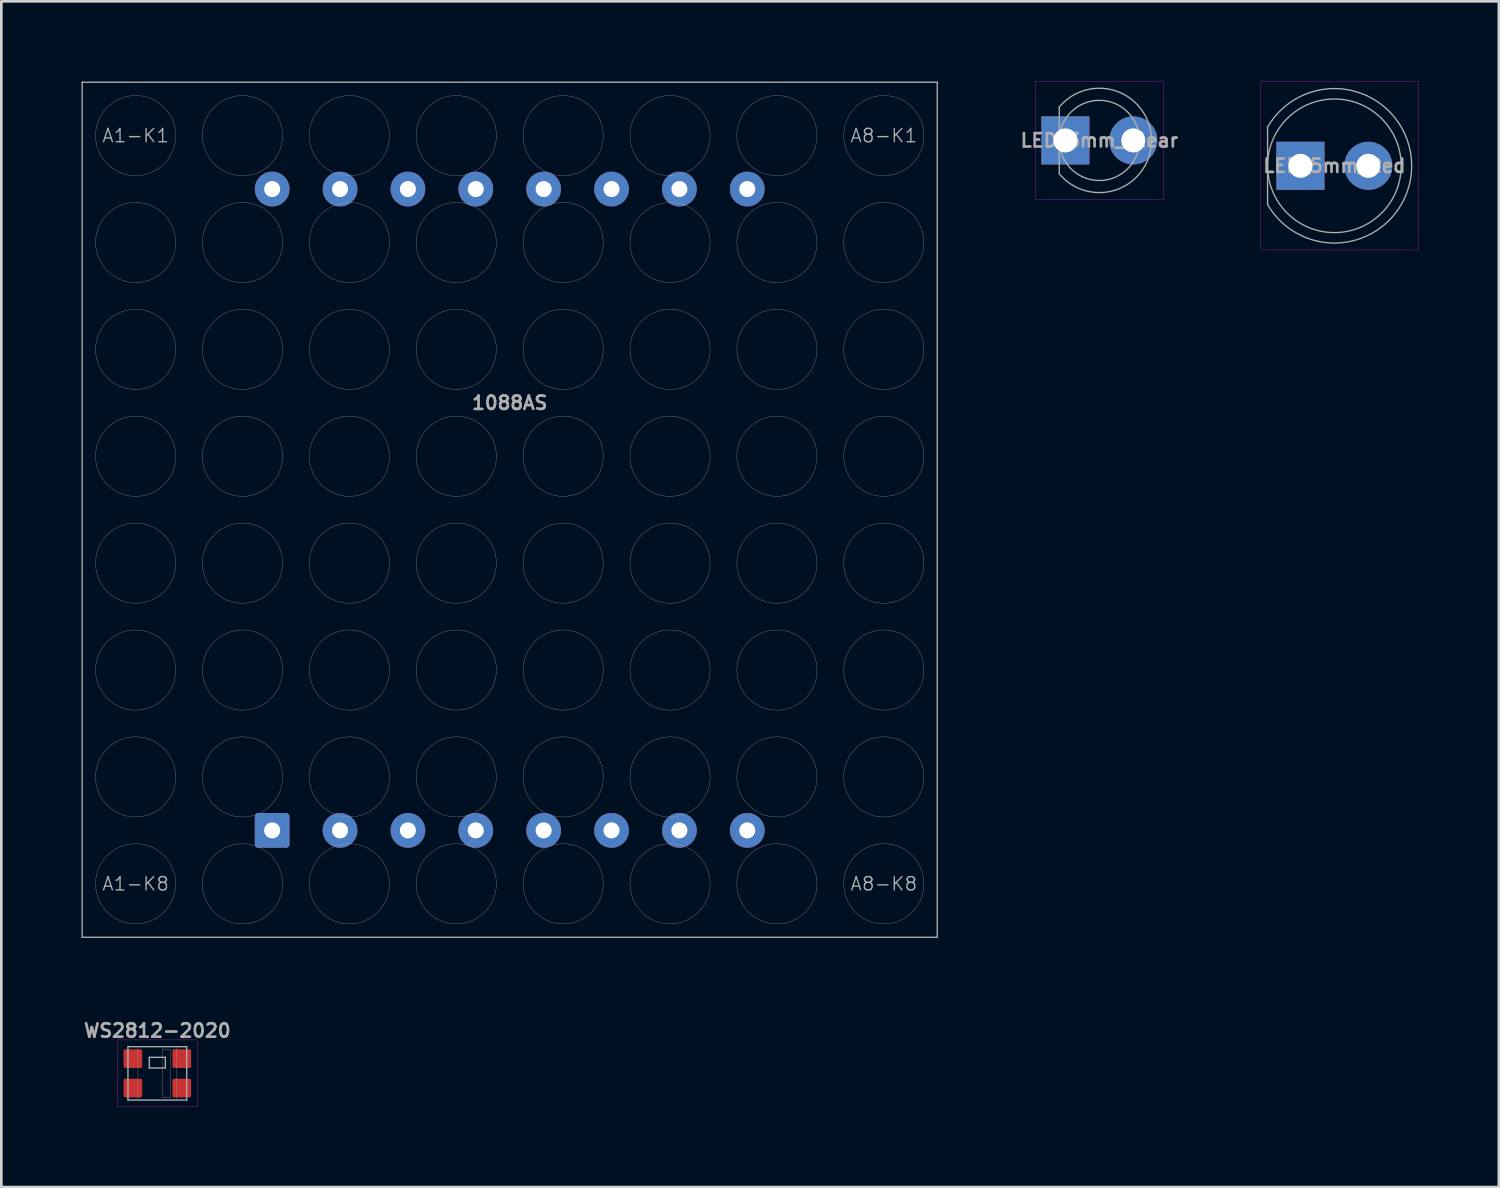
<source format=kicad_pcb>
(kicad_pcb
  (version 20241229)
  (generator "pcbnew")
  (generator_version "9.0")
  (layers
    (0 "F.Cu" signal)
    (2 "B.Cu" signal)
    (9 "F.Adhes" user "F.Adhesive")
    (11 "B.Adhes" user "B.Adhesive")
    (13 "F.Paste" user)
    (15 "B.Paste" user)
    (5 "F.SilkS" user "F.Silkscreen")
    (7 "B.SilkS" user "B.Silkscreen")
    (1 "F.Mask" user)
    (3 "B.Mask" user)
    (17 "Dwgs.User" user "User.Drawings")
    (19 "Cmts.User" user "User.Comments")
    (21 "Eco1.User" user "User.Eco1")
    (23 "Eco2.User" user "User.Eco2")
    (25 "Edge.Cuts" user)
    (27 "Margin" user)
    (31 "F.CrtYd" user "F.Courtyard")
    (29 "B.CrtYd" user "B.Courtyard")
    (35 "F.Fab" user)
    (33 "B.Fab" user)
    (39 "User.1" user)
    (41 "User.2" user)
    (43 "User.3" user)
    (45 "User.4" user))
  (footprint "WS2812-2020"
    (layer "F.Cu")
    (at 2.838 37.118)
    (property "Reference" "WS2812-2020" (at 0 -1.6 0) (layer "F.Fab") (effects (font (size 0.5 0.5) (thickness 0.1))))
    (attr smd)
    (fp_line (start -1.5 -1.25) (end -1.5 1.25) (stroke (width 0.01) (type solid)) (layer "F.CrtYd"))
    (fp_line (start -1.5 1.25) (end 1.5 1.25) (stroke (width 0.01) (type solid)) (layer "F.CrtYd"))
    (fp_line (start 1.5 -1.25) (end -1.5 -1.25) (stroke (width 0.01) (type solid)) (layer "F.CrtYd"))
    (fp_line (start 1.5 1.25) (end 1.5 -1.25) (stroke (width 0.01) (type solid)) (layer "F.CrtYd"))
    (fp_line (start -1.1 -1) (end -1.1 1) (stroke (width 0.05) (type solid)) (layer "F.Fab"))
    (fp_line (start -1.1 1) (end 1.1 1) (stroke (width 0.05) (type solid)) (layer "F.Fab"))
    (fp_line (start -0.725 -1) (end -0.725 1) (stroke (width 0.01) (type solid)) (layer "F.Fab"))
    (fp_line (start -0.3 -0.6) (end -0.3 -0.2) (stroke (width 0.05) (type solid)) (layer "F.Fab"))
    (fp_line (start -0.3 -0.2) (end 0.3 -0.2) (stroke (width 0.05) (type solid)) (layer "F.Fab"))
    (fp_line (start 0.2 -0.9) (end 0.5 -0.9) (stroke (width 0.01) (type solid)) (layer "F.Fab"))
    (fp_line (start 0.2 0.9) (end 0.2 -0.9) (stroke (width 0.01) (type solid)) (layer "F.Fab"))
    (fp_line (start 0.3 -0.6) (end -0.3 -0.6) (stroke (width 0.05) (type solid)) (layer "F.Fab"))
    (fp_line (start 0.3 -0.2) (end 0.3 -0.6) (stroke (width 0.05) (type solid)) (layer "F.Fab"))
    (fp_line (start 0.5 -0.9) (end 0.5 0.9) (stroke (width 0.01) (type solid)) (layer "F.Fab"))
    (fp_line (start 0.5 0.9) (end 0.2 0.9) (stroke (width 0.01) (type solid)) (layer "F.Fab"))
    (fp_line (start 0.725 -1) (end 0.725 1) (stroke (width 0.01) (type solid)) (layer "F.Fab"))
    (fp_line (start 1.1 -1) (end -1.1 -1) (stroke (width 0.05) (type solid)) (layer "F.Fab"))
    (fp_line (start 1.1 1) (end 1.1 -1) (stroke (width 0.05) (type solid)) (layer "F.Fab"))
    (pad "1" smd roundrect (at 0.915 0.55) (size 0.7 0.7) (layers "F.Cu" "F.Mask" "F.Paste") (roundrect_rratio 0.1))
    (pad "2" smd roundrect (at 0.915 -0.55) (size 0.7 0.7) (layers "F.Cu" "F.Mask" "F.Paste") (roundrect_rratio 0.1))
    (pad "3" smd roundrect (at -0.915 -0.55) (size 0.7 0.7) (layers "F.Cu" "F.Mask" "F.Paste") (roundrect_rratio 0.1))
    (pad "4" smd roundrect (at -0.915 0.55) (size 0.7 0.7) (layers "F.Cu" "F.Mask" "F.Paste") (roundrect_rratio 0.1)))
  (footprint "LED_3mm_Clear"
    (layer "F.Cu")
    (at 38.09 2.205)
    (property "Reference" "LED_3mm_Clear" (at 0.000297 0 0) (layer "F.Fab") (effects (font (size 0.5 0.5) (thickness 0.1))))
    (attr through_hole)
    (fp_line (start -2.4 -2.2) (end -2.4 2.2) (stroke (width 0.01) (type solid)) (layer "F.CrtYd"))
    (fp_line (start -2.4 2.2) (end 2.4 2.2) (stroke (width 0.01) (type solid)) (layer "F.CrtYd"))
    (fp_line (start 2.4 -2.2) (end -2.4 -2.2) (stroke (width 0.01) (type solid)) (layer "F.CrtYd"))
    (fp_line (start 2.4 2.2) (end 2.4 -2.2) (stroke (width 0.01) (type solid)) (layer "F.CrtYd"))
    (fp_line (start -1.5 -1.25) (end -1.5 1.25) (stroke (width 0.05) (type solid)) (layer "F.Fab"))
    (fp_arc (start -1.5 -1.25) (mid 1.953088 0) (end -1.5 1.25) (stroke (width 0.05) (type solid)) (layer "F.Fab"))
    (fp_circle (center 0 0) (end 1.5 0) (stroke (width 0.05) (type solid)) (fill no) (layer "F.Fab"))
    (pad "1" thru_hole rect (at -1.27 0) (size 1.8 1.8) (drill 0.9) (layers "*.Cu" "*.Mask"))
    (pad "2" thru_hole circle (at 1.27 0) (size 1.8 1.8) (drill 0.9) (layers "*.Cu" "*.Mask")))
  (footprint "LED_5mm_Red"
    (layer "F.Cu")
    (at 46.886 3.155)
    (property "Reference" "LED_5mm_Red" (at 0.000297 0 0) (layer "F.Fab") (effects (font (size 0.5 0.5) (thickness 0.1))))
    (attr through_hole)
    (fp_line (start -2.75 -3.15) (end -2.75 3.15) (stroke (width 0.01) (type solid)) (layer "F.CrtYd"))
    (fp_line (start -2.75 3.15) (end 3.15 3.15) (stroke (width 0.01) (type solid)) (layer "F.CrtYd"))
    (fp_line (start 3.15 -3.15) (end -2.75 -3.15) (stroke (width 0.01) (type solid)) (layer "F.CrtYd"))
    (fp_line (start 3.15 3.15) (end 3.15 -3.15) (stroke (width 0.01) (type solid)) (layer "F.CrtYd"))
    (fp_line (start -2.5 -1.45) (end -2.5 1.45) (stroke (width 0.05) (type solid)) (layer "F.Fab"))
    (fp_arc (start -2.5 -1.45) (mid 2.892645 0) (end -2.5 1.45) (stroke (width 0.05) (type solid)) (layer "F.Fab"))
    (fp_circle (center 0 0) (end 2.5 0) (stroke (width 0.05) (type solid)) (fill no) (layer "F.Fab"))
    (pad "1" thru_hole rect (at -1.27 0) (size 1.8 1.8) (drill 0.9) (layers "*.Cu" "*.Mask"))
    (pad "2" thru_hole circle (at 1.27 0) (size 1.8 1.8) (drill 0.9) (layers "*.Cu" "*.Mask")))
  (footprint "1088AS"
    (layer "F.Cu")
    (at 16.025 16.025)
    (property "Reference" "1088AS" (at 0 -4 0) (layer "F.Fab") (effects (font (size 0.5 0.5) (thickness 0.1))))
    (attr through_hole)
    (fp_line (start -16 -16) (end -16 16) (stroke (width 0.05) (type solid)) (layer "F.Fab"))
    (fp_line (start -16 16) (end 16 16) (stroke (width 0.05) (type solid)) (layer "F.Fab"))
    (fp_line (start 16 -16) (end -16 -16) (stroke (width 0.05) (type solid)) (layer "F.Fab"))
    (fp_line (start 16 16) (end 16 -16) (stroke (width 0.05) (type solid)) (layer "F.Fab"))
    (fp_circle (center -14 -14) (end -12.5 -14) (stroke (width 0.01) (type solid)) (fill no) (layer "F.Fab"))
    (fp_circle (center -14 -10) (end -12.5 -10) (stroke (width 0.01) (type solid)) (fill no) (layer "F.Fab"))
    (fp_circle (center -14 -6) (end -12.5 -6) (stroke (width 0.01) (type solid)) (fill no) (layer "F.Fab"))
    (fp_circle (center -14 -2) (end -12.5 -2) (stroke (width 0.01) (type solid)) (fill no) (layer "F.Fab"))
    (fp_circle (center -14 2) (end -12.5 2) (stroke (width 0.01) (type solid)) (fill no) (layer "F.Fab"))
    (fp_circle (center -14 6) (end -12.5 6) (stroke (width 0.01) (type solid)) (fill no) (layer "F.Fab"))
    (fp_circle (center -14 10) (end -12.5 10) (stroke (width 0.01) (type solid)) (fill no) (layer "F.Fab"))
    (fp_circle (center -14 14) (end -12.5 14) (stroke (width 0.01) (type solid)) (fill no) (layer "F.Fab"))
    (fp_circle (center -10 -14) (end -8.5 -14) (stroke (width 0.01) (type solid)) (fill no) (layer "F.Fab"))
    (fp_circle (center -10 -10) (end -8.5 -10) (stroke (width 0.01) (type solid)) (fill no) (layer "F.Fab"))
    (fp_circle (center -10 -6) (end -8.5 -6) (stroke (width 0.01) (type solid)) (fill no) (layer "F.Fab"))
    (fp_circle (center -10 -2) (end -8.5 -2) (stroke (width 0.01) (type solid)) (fill no) (layer "F.Fab"))
    (fp_circle (center -10 2) (end -8.5 2) (stroke (width 0.01) (type solid)) (fill no) (layer "F.Fab"))
    (fp_circle (center -10 6) (end -8.5 6) (stroke (width 0.01) (type solid)) (fill no) (layer "F.Fab"))
    (fp_circle (center -10 10) (end -8.5 10) (stroke (width 0.01) (type solid)) (fill no) (layer "F.Fab"))
    (fp_circle (center -10 14) (end -8.5 14) (stroke (width 0.01) (type solid)) (fill no) (layer "F.Fab"))
    (fp_circle (center -6 -14) (end -4.5 -14) (stroke (width 0.01) (type solid)) (fill no) (layer "F.Fab"))
    (fp_circle (center -6 -10) (end -4.5 -10) (stroke (width 0.01) (type solid)) (fill no) (layer "F.Fab"))
    (fp_circle (center -6 -6) (end -4.5 -6) (stroke (width 0.01) (type solid)) (fill no) (layer "F.Fab"))
    (fp_circle (center -6 -2) (end -4.5 -2) (stroke (width 0.01) (type solid)) (fill no) (layer "F.Fab"))
    (fp_circle (center -6 2) (end -4.5 2) (stroke (width 0.01) (type solid)) (fill no) (layer "F.Fab"))
    (fp_circle (center -6 6) (end -4.5 6) (stroke (width 0.01) (type solid)) (fill no) (layer "F.Fab"))
    (fp_circle (center -6 10) (end -4.5 10) (stroke (width 0.01) (type solid)) (fill no) (layer "F.Fab"))
    (fp_circle (center -6 14) (end -4.5 14) (stroke (width 0.01) (type solid)) (fill no) (layer "F.Fab"))
    (fp_circle (center -2 -14) (end -0.5 -14) (stroke (width 0.01) (type solid)) (fill no) (layer "F.Fab"))
    (fp_circle (center -2 -10) (end -0.5 -10) (stroke (width 0.01) (type solid)) (fill no) (layer "F.Fab"))
    (fp_circle (center -2 -6) (end -0.5 -6) (stroke (width 0.01) (type solid)) (fill no) (layer "F.Fab"))
    (fp_circle (center -2 -2) (end -0.5 -2) (stroke (width 0.01) (type solid)) (fill no) (layer "F.Fab"))
    (fp_circle (center -2 2) (end -0.5 2) (stroke (width 0.01) (type solid)) (fill no) (layer "F.Fab"))
    (fp_circle (center -2 6) (end -0.5 6) (stroke (width 0.01) (type solid)) (fill no) (layer "F.Fab"))
    (fp_circle (center -2 10) (end -0.5 10) (stroke (width 0.01) (type solid)) (fill no) (layer "F.Fab"))
    (fp_circle (center -2 14) (end -0.5 14) (stroke (width 0.01) (type solid)) (fill no) (layer "F.Fab"))
    (fp_circle (center 2 -14) (end 3.5 -14) (stroke (width 0.01) (type solid)) (fill no) (layer "F.Fab"))
    (fp_circle (center 2 -10) (end 3.5 -10) (stroke (width 0.01) (type solid)) (fill no) (layer "F.Fab"))
    (fp_circle (center 2 -6) (end 3.5 -6) (stroke (width 0.01) (type solid)) (fill no) (layer "F.Fab"))
    (fp_circle (center 2 -2) (end 3.5 -2) (stroke (width 0.01) (type solid)) (fill no) (layer "F.Fab"))
    (fp_circle (center 2 2) (end 3.5 2) (stroke (width 0.01) (type solid)) (fill no) (layer "F.Fab"))
    (fp_circle (center 2 6) (end 3.5 6) (stroke (width 0.01) (type solid)) (fill no) (layer "F.Fab"))
    (fp_circle (center 2 10) (end 3.5 10) (stroke (width 0.01) (type solid)) (fill no) (layer "F.Fab"))
    (fp_circle (center 2 14) (end 3.5 14) (stroke (width 0.01) (type solid)) (fill no) (layer "F.Fab"))
    (fp_circle (center 6 -14) (end 7.5 -14) (stroke (width 0.01) (type solid)) (fill no) (layer "F.Fab"))
    (fp_circle (center 6 -10) (end 7.5 -10) (stroke (width 0.01) (type solid)) (fill no) (layer "F.Fab"))
    (fp_circle (center 6 -6) (end 7.5 -6) (stroke (width 0.01) (type solid)) (fill no) (layer "F.Fab"))
    (fp_circle (center 6 -2) (end 7.5 -2) (stroke (width 0.01) (type solid)) (fill no) (layer "F.Fab"))
    (fp_circle (center 6 2) (end 7.5 2) (stroke (width 0.01) (type solid)) (fill no) (layer "F.Fab"))
    (fp_circle (center 6 6) (end 7.5 6) (stroke (width 0.01) (type solid)) (fill no) (layer "F.Fab"))
    (fp_circle (center 6 10) (end 7.5 10) (stroke (width 0.01) (type solid)) (fill no) (layer "F.Fab"))
    (fp_circle (center 6 14) (end 7.5 14) (stroke (width 0.01) (type solid)) (fill no) (layer "F.Fab"))
    (fp_circle (center 10 -14) (end 11.5 -14) (stroke (width 0.01) (type solid)) (fill no) (layer "F.Fab"))
    (fp_circle (center 10 -10) (end 11.5 -10) (stroke (width 0.01) (type solid)) (fill no) (layer "F.Fab"))
    (fp_circle (center 10 -6) (end 11.5 -6) (stroke (width 0.01) (type solid)) (fill no) (layer "F.Fab"))
    (fp_circle (center 10 -2) (end 11.5 -2) (stroke (width 0.01) (type solid)) (fill no) (layer "F.Fab"))
    (fp_circle (center 10 2) (end 11.5 2) (stroke (width 0.01) (type solid)) (fill no) (layer "F.Fab"))
    (fp_circle (center 10 6) (end 11.5 6) (stroke (width 0.01) (type solid)) (fill no) (layer "F.Fab"))
    (fp_circle (center 10 10) (end 11.5 10) (stroke (width 0.01) (type solid)) (fill no) (layer "F.Fab"))
    (fp_circle (center 10 14) (end 11.5 14) (stroke (width 0.01) (type solid)) (fill no) (layer "F.Fab"))
    (fp_circle (center 14 -14) (end 15.5 -14) (stroke (width 0.01) (type solid)) (fill no) (layer "F.Fab"))
    (fp_circle (center 14 -10) (end 15.5 -10) (stroke (width 0.01) (type solid)) (fill no) (layer "F.Fab"))
    (fp_circle (center 14 -6) (end 15.5 -6) (stroke (width 0.01) (type solid)) (fill no) (layer "F.Fab"))
    (fp_circle (center 14 -2) (end 15.5 -2) (stroke (width 0.01) (type solid)) (fill no) (layer "F.Fab"))
    (fp_circle (center 14 2) (end 15.5 2) (stroke (width 0.01) (type solid)) (fill no) (layer "F.Fab"))
    (fp_circle (center 14 6) (end 15.5 6) (stroke (width 0.01) (type solid)) (fill no) (layer "F.Fab"))
    (fp_circle (center 14 10) (end 15.5 10) (stroke (width 0.01) (type solid)) (fill no) (layer "F.Fab"))
    (fp_circle (center 14 14) (end 15.5 14) (stroke (width 0.01) (type solid)) (fill no) (layer "F.Fab"))
    (fp_text user "A8-K1" (at 14 -14 0) (layer "F.Fab") (effects (font (size 0.5 0.5) (thickness 0.05))))
    (fp_text user "A8-K8" (at 14 14 0) (layer "F.Fab") (effects (font (size 0.5 0.5) (thickness 0.05))))
    (fp_text user "A1-K8" (at -14 14 0) (layer "F.Fab") (effects (font (size 0.5 0.5) (thickness 0.05))))
    (fp_text user "A1-K1" (at -14 -14 0) (layer "F.Fab") (effects (font (size 0.5 0.5) (thickness 0.05))))
    (pad "1" thru_hole roundrect (at -8.89 12) (size 1.3 1.3) (drill 0.6) (layers "*.Cu" "*.Mask") (roundrect_rratio 0.1))
    (pad "2" thru_hole circle (at -6.35 12) (size 1.3 1.3) (drill 0.6) (layers "*.Cu" "*.Mask"))
    (pad "3" thru_hole circle (at -3.81 12) (size 1.3 1.3) (drill 0.6) (layers "*.Cu" "*.Mask"))
    (pad "4" thru_hole circle (at -1.27 12) (size 1.3 1.3) (drill 0.6) (layers "*.Cu" "*.Mask"))
    (pad "5" thru_hole circle (at 1.27 12) (size 1.3 1.3) (drill 0.6) (layers "*.Cu" "*.Mask"))
    (pad "6" thru_hole circle (at 3.81 12) (size 1.3 1.3) (drill 0.6) (layers "*.Cu" "*.Mask"))
    (pad "7" thru_hole circle (at 6.35 12) (size 1.3 1.3) (drill 0.6) (layers "*.Cu" "*.Mask"))
    (pad "8" thru_hole circle (at 8.89 12) (size 1.3 1.3) (drill 0.6) (layers "*.Cu" "*.Mask"))
    (pad "9" thru_hole circle (at 8.89 -12) (size 1.3 1.3) (drill 0.6) (layers "*.Cu" "*.Mask"))
    (pad "10" thru_hole circle (at 6.35 -12) (size 1.3 1.3) (drill 0.6) (layers "*.Cu" "*.Mask"))
    (pad "11" thru_hole circle (at 3.81 -12) (size 1.3 1.3) (drill 0.6) (layers "*.Cu" "*.Mask"))
    (pad "12" thru_hole circle (at 1.27 -12) (size 1.3 1.3) (drill 0.6) (layers "*.Cu" "*.Mask"))
    (pad "13" thru_hole circle (at -1.27 -12) (size 1.3 1.3) (drill 0.6) (layers "*.Cu" "*.Mask"))
    (pad "14" thru_hole circle (at -3.81 -12) (size 1.3 1.3) (drill 0.6) (layers "*.Cu" "*.Mask"))
    (pad "15" thru_hole circle (at -6.35 -12) (size 1.3 1.3) (drill 0.6) (layers "*.Cu" "*.Mask"))
    (pad "16" thru_hole circle (at -8.89 -12) (size 1.3 1.3) (drill 0.6) (layers "*.Cu" "*.Mask")))
  (gr_rect
    (start -3 -3)
    (end 53.041 41.373)
    (stroke (width 0.1) (type default))
    (fill no)
    (layer "Edge.Cuts")))
</source>
